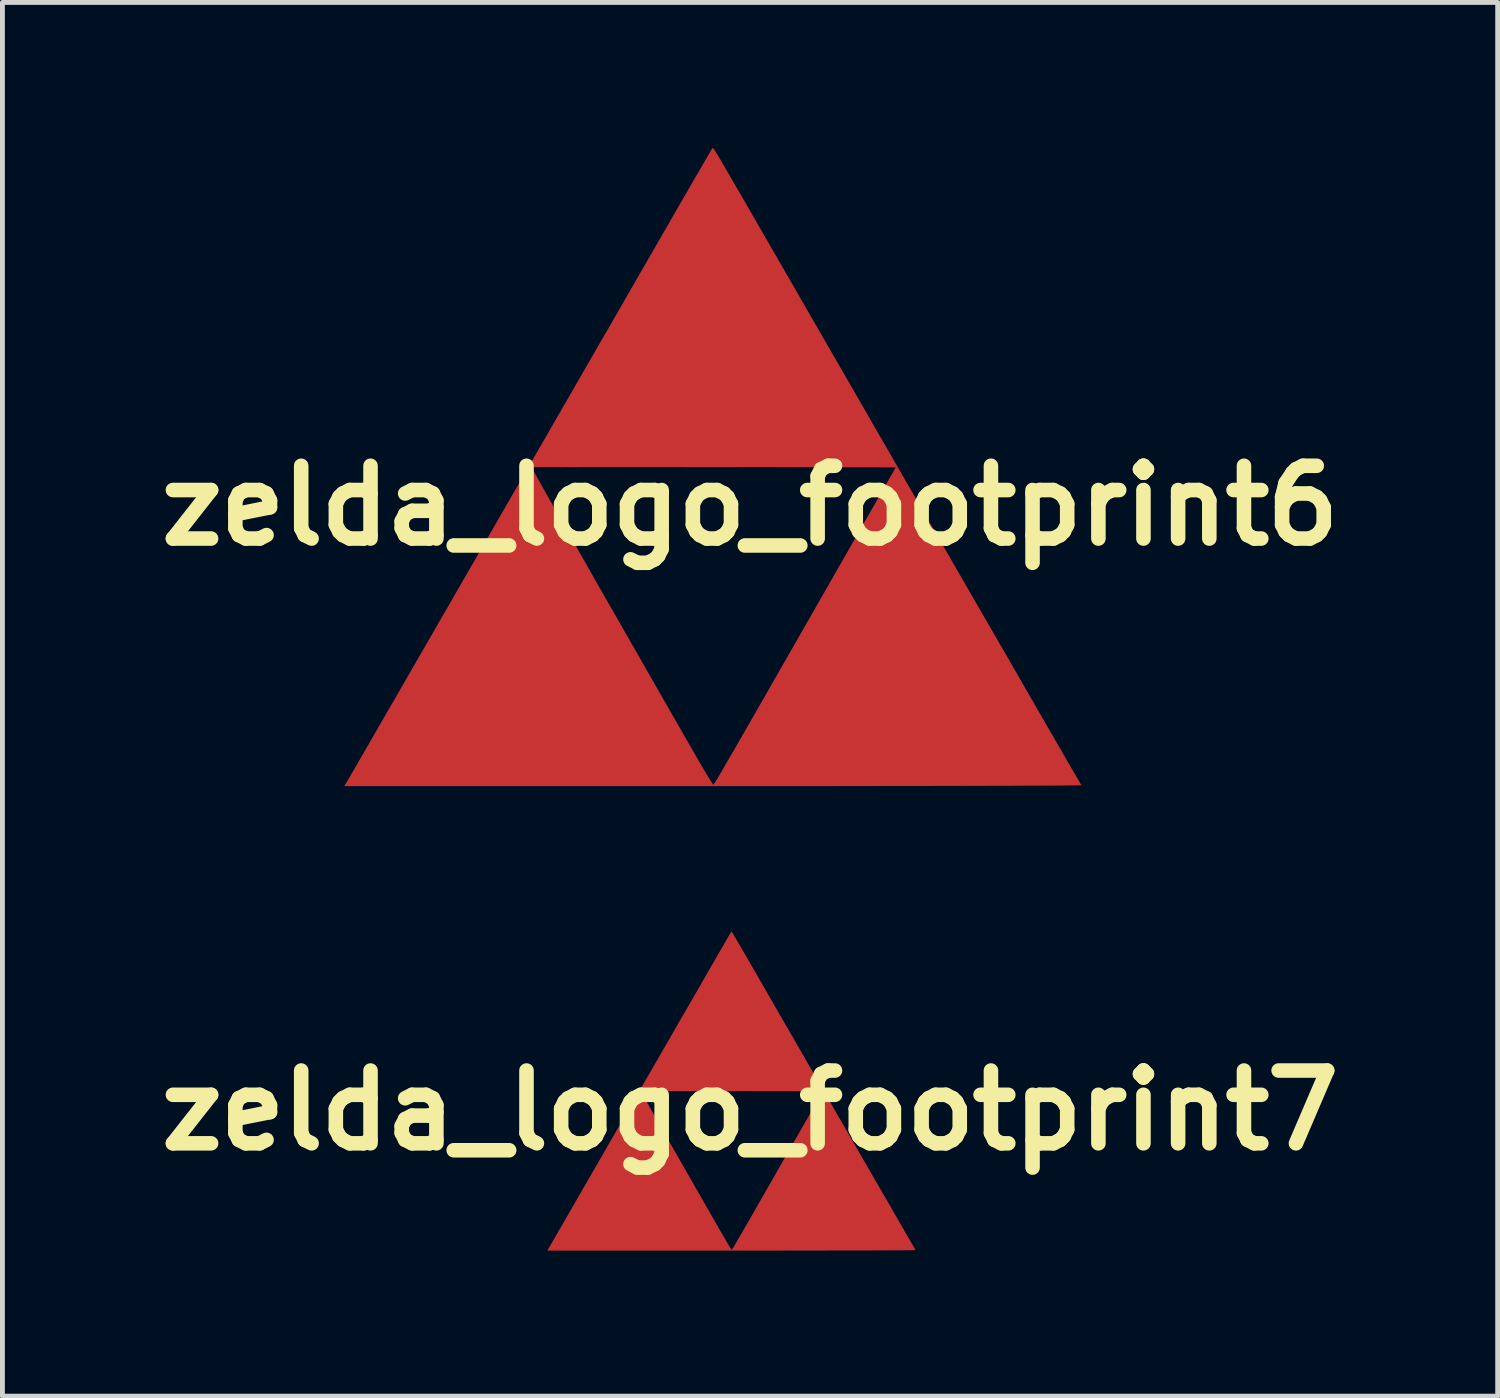
<source format=kicad_pcb>
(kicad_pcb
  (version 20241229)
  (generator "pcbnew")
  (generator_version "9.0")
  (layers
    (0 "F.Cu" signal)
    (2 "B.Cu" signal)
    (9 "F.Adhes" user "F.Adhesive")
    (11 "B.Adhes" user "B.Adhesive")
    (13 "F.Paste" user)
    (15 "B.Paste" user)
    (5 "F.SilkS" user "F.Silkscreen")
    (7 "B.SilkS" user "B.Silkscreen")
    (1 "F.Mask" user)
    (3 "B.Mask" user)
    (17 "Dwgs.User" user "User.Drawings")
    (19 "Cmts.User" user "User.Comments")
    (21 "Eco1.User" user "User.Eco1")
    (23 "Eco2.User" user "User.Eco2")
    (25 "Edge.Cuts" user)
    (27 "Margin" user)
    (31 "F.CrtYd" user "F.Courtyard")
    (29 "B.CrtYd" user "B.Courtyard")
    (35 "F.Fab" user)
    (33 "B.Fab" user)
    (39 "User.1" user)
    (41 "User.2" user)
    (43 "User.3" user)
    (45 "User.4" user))
  (footprint "zelda_logo_footprint6"
    (layer "F.Cu")
    (at 12.407 7.37)
    (property "Reference" "zelda_logo_footprint6" (at 0 0 0) (layer "F.SilkS") (effects (font (size 1.5 1.5) (thickness 0.3))))
    (attr board_only exclude_from_pos_files exclude_from_bom)
    (fp_poly (pts (xy -0.762 -7.366) (xy -0.751 -7.354) (xy -0.735 -7.332) (xy -0.713 -7.297) (xy -0.681 -7.247) (xy -0.64 -7.179) (xy -0.587 -7.09) (xy -0.522 -6.977) (xy -0.442 -6.84) (xy -0.345 -6.673) (xy -0.231 -6.476) (xy -0.098 -6.246) (xy 0.056 -5.979) (xy 0.232 -5.673) (xy 0.393 -5.393) (xy 0.611 -5.015) (xy 0.837 -4.623) (xy 1.069 -4.219) (xy 1.308 -3.806) (xy 1.55 -3.385) (xy 1.795 -2.961) (xy 2.041 -2.534) (xy 2.287 -2.107) (xy 2.531 -1.683) (xy 2.772 -1.265) (xy 3.009 -0.854) (xy 3.24 -0.453) (xy 3.464 -0.066) (xy 3.679 0.307) (xy 3.883 0.662) (xy 4.077 0.997) (xy 4.257 1.31) (xy 4.423 1.598) (xy 4.573 1.858) (xy 4.706 2.089) (xy 4.821 2.287) (xy 4.915 2.45) (xy 4.988 2.576) (xy 5.038 2.663) (xy 5.054 2.69) (xy 5.111 2.789) (xy 5.189 2.924) (xy 5.286 3.091) (xy 5.396 3.283) (xy 5.518 3.493) (xy 5.646 3.717) (xy 5.778 3.946) (xy 5.905 4.167) (xy 6.034 4.391) (xy 6.16 4.609) (xy 6.28 4.816) (xy 6.39 5.007) (xy 6.488 5.176) (xy 6.57 5.319) (xy 6.634 5.429) (xy 6.677 5.501) (xy 6.679 5.505) (xy 6.736 5.603) (xy 6.784 5.685) (xy 6.816 5.741) (xy 6.828 5.762) (xy 6.804 5.763) (xy 6.731 5.765) (xy 6.613 5.766) (xy 6.45 5.768) (xy 6.245 5.769) (xy 6 5.77) (xy 5.716 5.771) (xy 5.395 5.773) (xy 5.04 5.774) (xy 4.652 5.775) (xy 4.233 5.776) (xy 3.785 5.777) (xy 3.31 5.778) (xy 2.81 5.778) (xy 2.287 5.779) (xy 1.743 5.78) (xy 1.179 5.78) (xy 0.598 5.78) (xy 0.001 5.781) (xy -0.609 5.781) (xy -0.763 5.781) (xy -8.362 5.781) (xy -8.313 5.699) (xy -8.294 5.667) (xy -8.252 5.594) (xy -8.188 5.484) (xy -8.104 5.339) (xy -8.002 5.162) (xy -7.883 4.957) (xy -7.75 4.725) (xy -7.603 4.471) (xy -7.445 4.196) (xy -7.276 3.905) (xy -7.1 3.599) (xy -6.917 3.281) (xy -6.901 3.253) (xy -6.693 2.893) (xy -6.464 2.496) (xy -6.218 2.069) (xy -5.96 1.62) (xy -5.692 1.156) (xy -5.419 0.683) (xy -5.146 0.208) (xy -4.875 -0.261) (xy -4.612 -0.718) (xy -4.571 -0.789) (xy -4.5 -0.789) (xy -4.489 -0.766) (xy -4.455 -0.702) (xy -4.398 -0.6) (xy -4.321 -0.462) (xy -4.225 -0.291) (xy -4.111 -0.089) (xy -3.981 0.142) (xy -3.836 0.398) (xy -3.677 0.678) (xy -3.506 0.979) (xy -3.324 1.298) (xy -3.134 1.633) (xy -2.935 1.981) (xy -2.826 2.17) (xy -2.561 2.635) (xy -2.319 3.058) (xy -2.1 3.441) (xy -1.902 3.787) (xy -1.725 4.097) (xy -1.567 4.373) (xy -1.427 4.617) (xy -1.304 4.831) (xy -1.197 5.016) (xy -1.105 5.176) (xy -1.027 5.311) (xy -0.961 5.424) (xy -0.906 5.517) (xy -0.862 5.591) (xy -0.827 5.648) (xy -0.8 5.69) (xy -0.78 5.72) (xy -0.765 5.739) (xy -0.756 5.748) (xy -0.75 5.751) (xy -0.746 5.748) (xy -0.744 5.742) (xy -0.741 5.735) (xy -0.738 5.728) (xy -0.737 5.727) (xy -0.719 5.7) (xy -0.679 5.633) (xy -0.618 5.53) (xy -0.538 5.393) (xy -0.442 5.227) (xy -0.33 5.035) (xy -0.206 4.819) (xy -0.071 4.584) (xy 0.073 4.333) (xy 0.224 4.07) (xy 0.241 4.041) (xy 0.425 3.719) (xy 0.627 3.365) (xy 0.842 2.99) (xy 1.064 2.601) (xy 1.289 2.209) (xy 1.509 1.823) (xy 1.721 1.453) (xy 1.919 1.107) (xy 2.094 0.801) (xy 3.003 -0.788) (xy -0.742 -0.795) (xy -1.171 -0.795) (xy -1.587 -0.796) (xy -1.985 -0.796) (xy -2.365 -0.796) (xy -2.722 -0.796) (xy -3.055 -0.796) (xy -3.361 -0.796) (xy -3.636 -0.795) (xy -3.878 -0.794) (xy -4.085 -0.794) (xy -4.253 -0.793) (xy -4.379 -0.792) (xy -4.462 -0.791) (xy -4.498 -0.789) (xy -4.5 -0.789) (xy -4.571 -0.789) (xy -4.359 -1.156) (xy -4.122 -1.567) (xy -4.016 -1.752) (xy -3.802 -2.122) (xy -3.582 -2.505) (xy -3.358 -2.893) (xy -3.133 -3.284) (xy -2.909 -3.671) (xy -2.691 -4.05) (xy -2.481 -4.416) (xy -2.281 -4.763) (xy -2.094 -5.087) (xy -1.924 -5.382) (xy -1.773 -5.645) (xy -1.644 -5.868) (xy -1.501 -6.118) (xy -1.364 -6.354) (xy -1.237 -6.575) (xy -1.121 -6.776) (xy -1.018 -6.953) (xy -0.931 -7.103) (xy -0.861 -7.223) (xy -0.811 -7.308) (xy -0.782 -7.356) (xy -0.776 -7.365) (xy -0.773 -7.369) (xy -0.768 -7.37)) (stroke (width 0) (type solid)) (fill yes) (layer "F.Cu")))
  (footprint "zelda_logo_footprint7"
    (layer "F.Cu")
    (at 12.407 19.833)
    (property "Reference" "zelda_logo_footprint7" (at 0 0 0) (layer "F.SilkS") (effects (font (size 1.5 1.5) (thickness 0.3))))
    (attr board_only exclude_from_pos_files exclude_from_bom)
    (fp_poly (pts (xy -0.381 -3.681) (xy -0.375 -3.675) (xy -0.367 -3.664) (xy -0.356 -3.647) (xy -0.34 -3.622) (xy -0.32 -3.587) (xy -0.294 -3.543) (xy -0.261 -3.487) (xy -0.221 -3.418) (xy -0.173 -3.335) (xy -0.116 -3.237) (xy -0.049 -3.121) (xy 0.028 -2.988) (xy 0.116 -2.835) (xy 0.197 -2.695) (xy 0.305 -2.506) (xy 0.418 -2.31) (xy 0.534 -2.109) (xy 0.653 -1.902) (xy 0.775 -1.692) (xy 0.897 -1.48) (xy 1.02 -1.266) (xy 1.143 -1.053) (xy 1.265 -0.841) (xy 1.385 -0.632) (xy 1.504 -0.427) (xy 1.619 -0.227) (xy 1.731 -0.033) (xy 1.838 0.154) (xy 1.941 0.331) (xy 2.037 0.498) (xy 2.127 0.655) (xy 2.21 0.799) (xy 2.285 0.929) (xy 2.352 1.044) (xy 2.409 1.143) (xy 2.456 1.224) (xy 2.493 1.287) (xy 2.518 1.331) (xy 2.526 1.344) (xy 2.554 1.394) (xy 2.593 1.461) (xy 2.642 1.545) (xy 2.697 1.641) (xy 2.757 1.746) (xy 2.822 1.857) (xy 2.888 1.972) (xy 2.951 2.082) (xy 3.016 2.194) (xy 3.078 2.303) (xy 3.138 2.407) (xy 3.193 2.502) (xy 3.242 2.587) (xy 3.284 2.658) (xy 3.316 2.713) (xy 3.337 2.749) (xy 3.338 2.751) (xy 3.367 2.8) (xy 3.39 2.841) (xy 3.407 2.869) (xy 3.412 2.879) (xy 3.4 2.88) (xy 3.364 2.881) (xy 3.305 2.882) (xy 3.224 2.882) (xy 3.121 2.883) (xy 2.998 2.884) (xy 2.857 2.884) (xy 2.696 2.885) (xy 2.519 2.886) (xy 2.325 2.886) (xy 2.115 2.887) (xy 1.892 2.887) (xy 1.654 2.887) (xy 1.404 2.888) (xy 1.143 2.888) (xy 0.871 2.888) (xy 0.589 2.889) (xy 0.299 2.889) (xy 0.001 2.889) (xy -0.304 2.889) (xy -0.381 2.889) (xy -4.179 2.889) (xy -4.154 2.848) (xy -4.145 2.832) (xy -4.124 2.796) (xy -4.092 2.741) (xy -4.05 2.668) (xy -3.999 2.58) (xy -3.94 2.477) (xy -3.873 2.362) (xy -3.8 2.234) (xy -3.72 2.097) (xy -3.636 1.951) (xy -3.548 1.799) (xy -3.457 1.64) (xy -3.449 1.626) (xy -3.345 1.446) (xy -3.23 1.247) (xy -3.108 1.034) (xy -2.978 0.81) (xy -2.845 0.578) (xy -2.708 0.341) (xy -2.572 0.104) (xy -2.436 -0.13) (xy -2.305 -0.359) (xy -2.284 -0.394) (xy -2.249 -0.394) (xy -2.243 -0.383) (xy -2.226 -0.351) (xy -2.198 -0.3) (xy -2.16 -0.231) (xy -2.112 -0.145) (xy -2.055 -0.044) (xy -1.99 0.071) (xy -1.917 0.199) (xy -1.838 0.339) (xy -1.752 0.489) (xy -1.661 0.649) (xy -1.566 0.816) (xy -1.467 0.99) (xy -1.412 1.085) (xy -1.28 1.317) (xy -1.159 1.528) (xy -1.049 1.72) (xy -0.951 1.892) (xy -0.862 2.047) (xy -0.783 2.185) (xy -0.713 2.307) (xy -0.652 2.414) (xy -0.598 2.507) (xy -0.552 2.587) (xy -0.513 2.654) (xy -0.48 2.711) (xy -0.453 2.757) (xy -0.431 2.794) (xy -0.413 2.823) (xy -0.4 2.844) (xy -0.39 2.859) (xy -0.383 2.868) (xy -0.378 2.873) (xy -0.375 2.874) (xy -0.373 2.873) (xy -0.372 2.87) (xy -0.371 2.866) (xy -0.369 2.863) (xy -0.368 2.862) (xy -0.36 2.849) (xy -0.339 2.815) (xy -0.309 2.764) (xy -0.269 2.695) (xy -0.221 2.612) (xy -0.165 2.516) (xy -0.103 2.408) (xy -0.035 2.291) (xy 0.037 2.166) (xy 0.112 2.034) (xy 0.12 2.02) (xy 0.212 1.859) (xy 0.313 1.682) (xy 0.421 1.494) (xy 0.532 1.3) (xy 0.644 1.104) (xy 0.754 0.911) (xy 0.86 0.726) (xy 0.959 0.553) (xy 1.047 0.4) (xy 1.501 -0.394) (xy -0.371 -0.397) (xy -0.585 -0.397) (xy -0.793 -0.398) (xy -0.992 -0.398) (xy -1.182 -0.398) (xy -1.361 -0.398) (xy -1.527 -0.398) (xy -1.68 -0.398) (xy -1.817 -0.397) (xy -1.938 -0.397) (xy -2.041 -0.397) (xy -2.125 -0.396) (xy -2.189 -0.396) (xy -2.23 -0.395) (xy -2.248 -0.394) (xy -2.249 -0.394) (xy -2.284 -0.394) (xy -2.179 -0.578) (xy -2.06 -0.783) (xy -2.007 -0.875) (xy -1.9 -1.061) (xy -1.79 -1.252) (xy -1.678 -1.446) (xy -1.566 -1.641) (xy -1.454 -1.835) (xy -1.345 -2.024) (xy -1.24 -2.207) (xy -1.14 -2.38) (xy -1.046 -2.542) (xy -0.961 -2.69) (xy -0.886 -2.821) (xy -0.822 -2.933) (xy -0.75 -3.057) (xy -0.682 -3.176) (xy -0.618 -3.286) (xy -0.56 -3.386) (xy -0.509 -3.475) (xy -0.465 -3.55) (xy -0.43 -3.61) (xy -0.405 -3.652) (xy -0.391 -3.676) (xy -0.388 -3.681) (xy -0.386 -3.682) (xy -0.384 -3.683)) (stroke (width 0) (type solid)) (fill yes) (layer "F.Cu")))
  (gr_rect
    (start -3 -3)
    (end 27.814 25.722)
    (stroke (width 0.1) (type default))
    (fill no)
    (layer "Edge.Cuts")))
</source>
